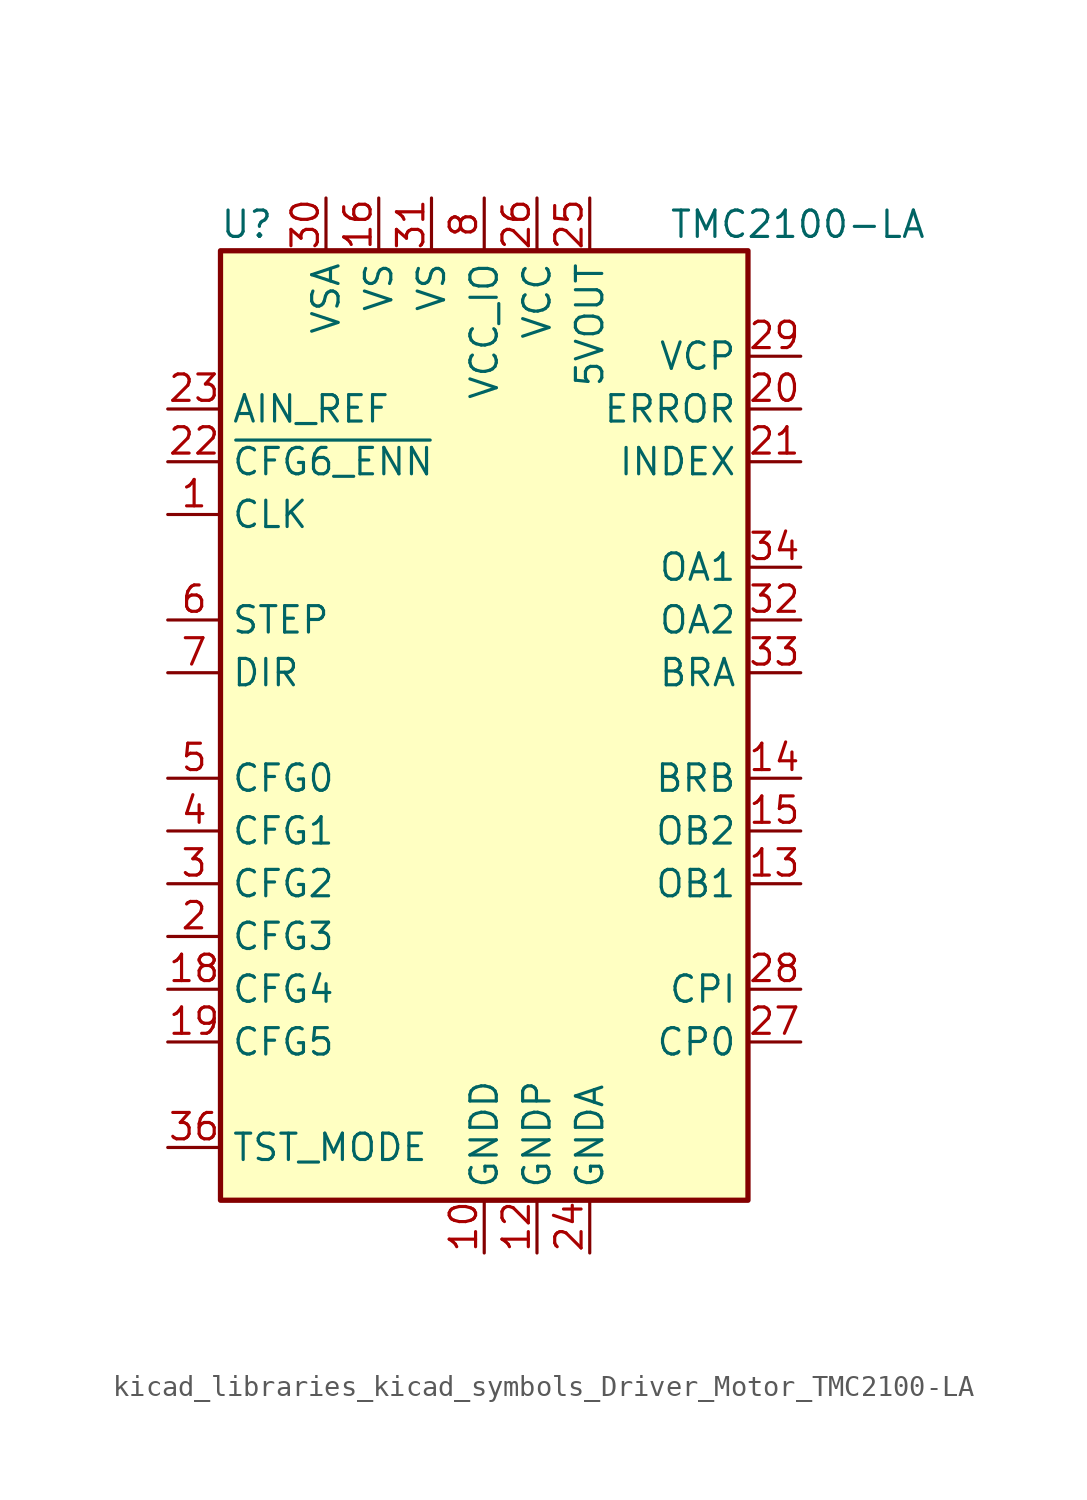
<source format=kicad_sym>
(kicad_symbol_lib
  (version 20220914)
  (generator kicad_symbol_editor)
  (symbol "kicad_libraries_kicad_symbols_Driver_Motor_TMC2100-LA"
    (property "Reference" "U"
      (at -11.43 24.13 0)
      (effects (font (size 1.27 1.27))))
    (property "Value" "TMC2100-LA"
      (at 8.89 24.13 0)
      (effects (font (size 1.27 1.27)) (justify left)))
    (symbol "kicad_libraries_kicad_symbols_Driver_Motor_TMC2100-LA_0_1"
      (rectangle (start -12.7 22.86) (end 12.7 -22.86) (stroke (width 0.254) (type default)) (fill (type background))))
    (symbol "kicad_libraries_kicad_symbols_Driver_Motor_TMC2100-LA_1_1"
      (pin input line (at -15.24 10.16 0) (length 2.54) (name "CLK" (effects (font (size 1.27 1.27)))) (number "1" (effects (font (size 1.27 1.27)))))
      (pin power_in line (at 0 -25.4 90) (length 2.54) (name "GNDD" (effects (font (size 1.27 1.27)))) (number "10" (effects (font (size 1.27 1.27)))))
      (pin passive line (at 0 -25.4 90) (length 2.54) hide (name "GNDD" (effects (font (size 1.27 1.27)))) (number "11" (effects (font (size 1.27 1.27)))))
      (pin power_in line (at 2.54 -25.4 90) (length 2.54) (name "GNDP" (effects (font (size 1.27 1.27)))) (number "12" (effects (font (size 1.27 1.27)))))
      (pin output line (at 15.24 -7.62 180) (length 2.54) (name "OB1" (effects (font (size 1.27 1.27)))) (number "13" (effects (font (size 1.27 1.27)))))
      (pin passive line (at 15.24 -2.54 180) (length 2.54) (name "BRB" (effects (font (size 1.27 1.27)))) (number "14" (effects (font (size 1.27 1.27)))))
      (pin output line (at 15.24 -5.08 180) (length 2.54) (name "OB2" (effects (font (size 1.27 1.27)))) (number "15" (effects (font (size 1.27 1.27)))))
      (pin power_in line (at -5.08 25.4 270) (length 2.54) (name "VS" (effects (font (size 1.27 1.27)))) (number "16" (effects (font (size 1.27 1.27)))))
      (pin no_connect line (at 12.7 10.16 180) (length 2.54) hide (name "DNC" (effects (font (size 1.27 1.27)))) (number "17" (effects (font (size 1.27 1.27)))))
      (pin input line (at -15.24 -12.7 0) (length 2.54) (name "CFG4" (effects (font (size 1.27 1.27)))) (number "18" (effects (font (size 1.27 1.27)))))
      (pin input line (at -15.24 -15.24 0) (length 2.54) (name "CFG5" (effects (font (size 1.27 1.27)))) (number "19" (effects (font (size 1.27 1.27)))))
      (pin input line (at -15.24 -10.16 0) (length 2.54) (name "CFG3" (effects (font (size 1.27 1.27)))) (number "2" (effects (font (size 1.27 1.27)))))
      (pin open_collector line (at 15.24 15.24 180) (length 2.54) (name "ERROR" (effects (font (size 1.27 1.27)))) (number "20" (effects (font (size 1.27 1.27)))))
      (pin open_collector line (at 15.24 12.7 180) (length 2.54) (name "INDEX" (effects (font (size 1.27 1.27)))) (number "21" (effects (font (size 1.27 1.27)))))
      (pin input line (at -15.24 12.7 0) (length 2.54) (name "~{CFG6_ENN}" (effects (font (size 1.27 1.27)))) (number "22" (effects (font (size 1.27 1.27)))))
      (pin input line (at -15.24 15.24 0) (length 2.54) (name "AIN_REF" (effects (font (size 1.27 1.27)))) (number "23" (effects (font (size 1.27 1.27)))))
      (pin power_in line (at 5.08 -25.4 90) (length 2.54) (name "GNDA" (effects (font (size 1.27 1.27)))) (number "24" (effects (font (size 1.27 1.27)))))
      (pin power_out line (at 5.08 25.4 270) (length 2.54) (name "5VOUT" (effects (font (size 1.27 1.27)))) (number "25" (effects (font (size 1.27 1.27)))))
      (pin power_in line (at 2.54 25.4 270) (length 2.54) (name "VCC" (effects (font (size 1.27 1.27)))) (number "26" (effects (font (size 1.27 1.27)))))
      (pin passive line (at 15.24 -15.24 180) (length 2.54) (name "CP0" (effects (font (size 1.27 1.27)))) (number "27" (effects (font (size 1.27 1.27)))))
      (pin passive line (at 15.24 -12.7 180) (length 2.54) (name "CPI" (effects (font (size 1.27 1.27)))) (number "28" (effects (font (size 1.27 1.27)))))
      (pin passive line (at 15.24 17.78 180) (length 2.54) (name "VCP" (effects (font (size 1.27 1.27)))) (number "29" (effects (font (size 1.27 1.27)))))
      (pin input line (at -15.24 -7.62 0) (length 2.54) (name "CFG2" (effects (font (size 1.27 1.27)))) (number "3" (effects (font (size 1.27 1.27)))))
      (pin power_in line (at -7.62 25.4 270) (length 2.54) (name "VSA" (effects (font (size 1.27 1.27)))) (number "30" (effects (font (size 1.27 1.27)))))
      (pin power_in line (at -2.54 25.4 270) (length 2.54) (name "VS" (effects (font (size 1.27 1.27)))) (number "31" (effects (font (size 1.27 1.27)))))
      (pin output line (at 15.24 5.08 180) (length 2.54) (name "OA2" (effects (font (size 1.27 1.27)))) (number "32" (effects (font (size 1.27 1.27)))))
      (pin passive line (at 15.24 2.54 180) (length 2.54) (name "BRA" (effects (font (size 1.27 1.27)))) (number "33" (effects (font (size 1.27 1.27)))))
      (pin output line (at 15.24 7.62 180) (length 2.54) (name "OA1" (effects (font (size 1.27 1.27)))) (number "34" (effects (font (size 1.27 1.27)))))
      (pin passive line (at 2.54 -25.4 90) (length 2.54) hide (name "GNDP" (effects (font (size 1.27 1.27)))) (number "35" (effects (font (size 1.27 1.27)))))
      (pin input line (at -15.24 -20.32 0) (length 2.54) (name "TST_MODE" (effects (font (size 1.27 1.27)))) (number "36" (effects (font (size 1.27 1.27)))))
      (pin passive line (at 0 -25.4 90) (length 2.54) hide (name "GNDD" (effects (font (size 1.27 1.27)))) (number "37" (effects (font (size 1.27 1.27)))))
      (pin input line (at -15.24 -5.08 0) (length 2.54) (name "CFG1" (effects (font (size 1.27 1.27)))) (number "4" (effects (font (size 1.27 1.27)))))
      (pin input line (at -15.24 -2.54 0) (length 2.54) (name "CFG0" (effects (font (size 1.27 1.27)))) (number "5" (effects (font (size 1.27 1.27)))))
      (pin input line (at -15.24 5.08 0) (length 2.54) (name "STEP" (effects (font (size 1.27 1.27)))) (number "6" (effects (font (size 1.27 1.27)))))
      (pin input line (at -15.24 2.54 0) (length 2.54) (name "DIR" (effects (font (size 1.27 1.27)))) (number "7" (effects (font (size 1.27 1.27)))))
      (pin power_in line (at 0 25.4 270) (length 2.54) (name "VCC_IO" (effects (font (size 1.27 1.27)))) (number "8" (effects (font (size 1.27 1.27)))))
      (pin no_connect line (at 12.7 0 180) (length 2.54) hide (name "DNC" (effects (font (size 1.27 1.27)))) (number "9" (effects (font (size 1.27 1.27))))))))
</source>
